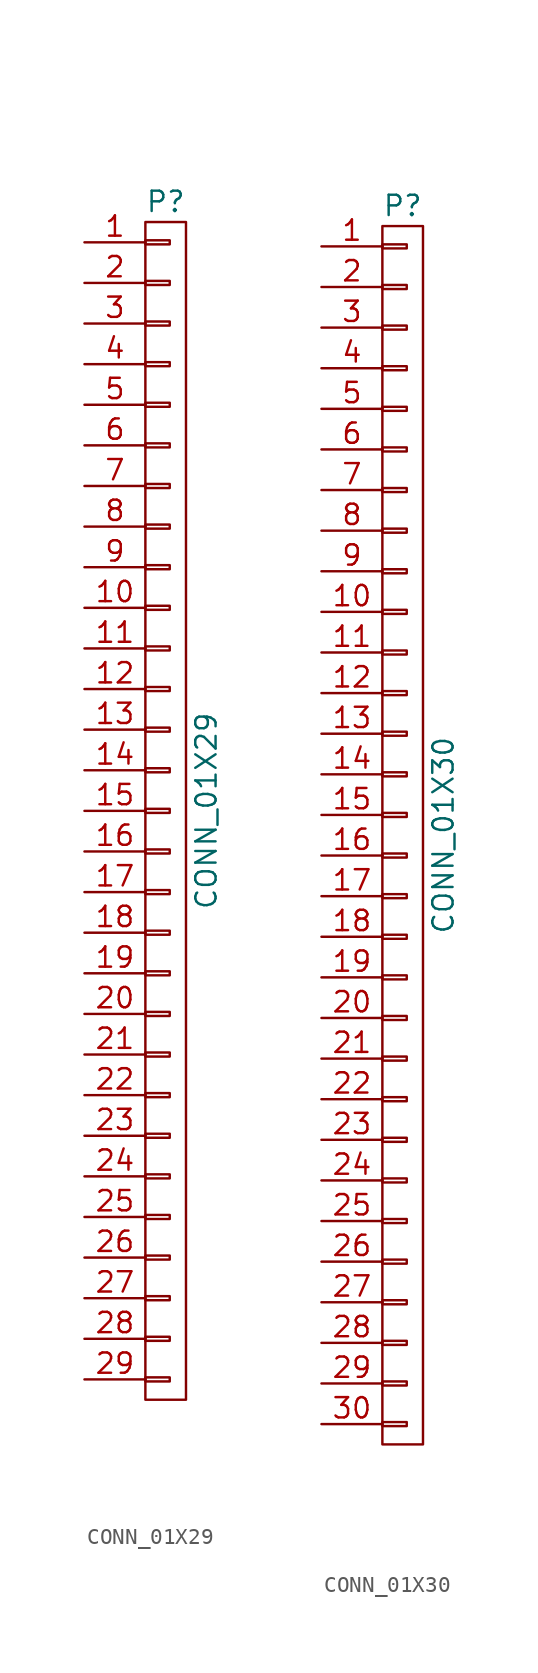
<source format=kicad_sym>
(kicad_symbol_lib
  (version 20211014)
  (generator kicad_symbol_editor)
  (symbol "CONN_01X29"
    (pin_names
      (offset 1.016) hide)
    (property "Reference" "P"
      (at 0 38.1 0)
      (effects (font (size 1.27 1.27))))
    (property "Value" "CONN_01X29"
      (at 2.54 0 90)
      (effects (font (size 1.27 1.27))))
    (property "Footprint" ""
      (at 0 0 0)
      (effects (font (size 1.27 1.27))))
    (property "Datasheet" ""
      (at 0 0 0)
      (effects (font (size 1.27 1.27))))
    (symbol "CONN_01X29_0_1"
      (rectangle (start -1.27 -36.83) (end 1.27 36.83) (stroke (width 0) (type default) (color 0 0 0 0)) (fill (type none)))
      (rectangle (start -1.27 -35.433) (end 0.254 -35.687) (stroke (width 0) (type default) (color 0 0 0 0)) (fill (type none)))
      (rectangle (start -1.27 -32.893) (end 0.254 -33.147) (stroke (width 0) (type default) (color 0 0 0 0)) (fill (type none)))
      (rectangle (start -1.27 -30.353) (end 0.254 -30.607) (stroke (width 0) (type default) (color 0 0 0 0)) (fill (type none)))
      (rectangle (start -1.27 -27.813) (end 0.254 -28.067) (stroke (width 0) (type default) (color 0 0 0 0)) (fill (type none)))
      (rectangle (start -1.27 -25.273) (end 0.254 -25.527) (stroke (width 0) (type default) (color 0 0 0 0)) (fill (type none)))
      (rectangle (start -1.27 -22.733) (end 0.254 -22.987) (stroke (width 0) (type default) (color 0 0 0 0)) (fill (type none)))
      (rectangle (start -1.27 -20.193) (end 0.254 -20.447) (stroke (width 0) (type default) (color 0 0 0 0)) (fill (type none)))
      (rectangle (start -1.27 -17.653) (end 0.254 -17.907) (stroke (width 0) (type default) (color 0 0 0 0)) (fill (type none)))
      (rectangle (start -1.27 -15.113) (end 0.254 -15.367) (stroke (width 0) (type default) (color 0 0 0 0)) (fill (type none)))
      (rectangle (start -1.27 -12.573) (end 0.254 -12.827) (stroke (width 0) (type default) (color 0 0 0 0)) (fill (type none)))
      (rectangle (start -1.27 -10.033) (end 0.254 -10.287) (stroke (width 0) (type default) (color 0 0 0 0)) (fill (type none)))
      (rectangle (start -1.27 -7.493) (end 0.254 -7.747) (stroke (width 0) (type default) (color 0 0 0 0)) (fill (type none)))
      (rectangle (start -1.27 -4.953) (end 0.254 -5.207) (stroke (width 0) (type default) (color 0 0 0 0)) (fill (type none)))
      (rectangle (start -1.27 -2.413) (end 0.254 -2.667) (stroke (width 0) (type default) (color 0 0 0 0)) (fill (type none)))
      (rectangle (start -1.27 0.127) (end 0.254 -0.127) (stroke (width 0) (type default) (color 0 0 0 0)) (fill (type none)))
      (rectangle (start -1.27 2.667) (end 0.254 2.413) (stroke (width 0) (type default) (color 0 0 0 0)) (fill (type none)))
      (rectangle (start -1.27 5.207) (end 0.254 4.953) (stroke (width 0) (type default) (color 0 0 0 0)) (fill (type none)))
      (rectangle (start -1.27 7.747) (end 0.254 7.493) (stroke (width 0) (type default) (color 0 0 0 0)) (fill (type none)))
      (rectangle (start -1.27 10.287) (end 0.254 10.033) (stroke (width 0) (type default) (color 0 0 0 0)) (fill (type none)))
      (rectangle (start -1.27 12.827) (end 0.254 12.573) (stroke (width 0) (type default) (color 0 0 0 0)) (fill (type none)))
      (rectangle (start -1.27 15.367) (end 0.254 15.113) (stroke (width 0) (type default) (color 0 0 0 0)) (fill (type none)))
      (rectangle (start -1.27 17.907) (end 0.254 17.653) (stroke (width 0) (type default) (color 0 0 0 0)) (fill (type none)))
      (rectangle (start -1.27 20.447) (end 0.254 20.193) (stroke (width 0) (type default) (color 0 0 0 0)) (fill (type none)))
      (rectangle (start -1.27 22.987) (end 0.254 22.733) (stroke (width 0) (type default) (color 0 0 0 0)) (fill (type none)))
      (rectangle (start -1.27 25.527) (end 0.254 25.273) (stroke (width 0) (type default) (color 0 0 0 0)) (fill (type none)))
      (rectangle (start -1.27 28.067) (end 0.254 27.813) (stroke (width 0) (type default) (color 0 0 0 0)) (fill (type none)))
      (rectangle (start -1.27 30.607) (end 0.254 30.353) (stroke (width 0) (type default) (color 0 0 0 0)) (fill (type none)))
      (rectangle (start -1.27 33.147) (end 0.254 32.893) (stroke (width 0) (type default) (color 0 0 0 0)) (fill (type none)))
      (rectangle (start -1.27 35.687) (end 0.254 35.433) (stroke (width 0) (type default) (color 0 0 0 0)) (fill (type none))))
    (symbol "CONN_01X29_1_1"
      (pin passive line (at -5.08 35.56 0) (length 3.81) (name "P1" (effects (font (size 1.27 1.27)))) (number "1" (effects (font (size 1.27 1.27)))))
      (pin passive line (at -5.08 12.7 0) (length 3.81) (name "P10" (effects (font (size 1.27 1.27)))) (number "10" (effects (font (size 1.27 1.27)))))
      (pin passive line (at -5.08 10.16 0) (length 3.81) (name "P11" (effects (font (size 1.27 1.27)))) (number "11" (effects (font (size 1.27 1.27)))))
      (pin passive line (at -5.08 7.62 0) (length 3.81) (name "P12" (effects (font (size 1.27 1.27)))) (number "12" (effects (font (size 1.27 1.27)))))
      (pin passive line (at -5.08 5.08 0) (length 3.81) (name "P13" (effects (font (size 1.27 1.27)))) (number "13" (effects (font (size 1.27 1.27)))))
      (pin passive line (at -5.08 2.54 0) (length 3.81) (name "P14" (effects (font (size 1.27 1.27)))) (number "14" (effects (font (size 1.27 1.27)))))
      (pin passive line (at -5.08 0 0) (length 3.81) (name "P15" (effects (font (size 1.27 1.27)))) (number "15" (effects (font (size 1.27 1.27)))))
      (pin passive line (at -5.08 -2.54 0) (length 3.81) (name "P16" (effects (font (size 1.27 1.27)))) (number "16" (effects (font (size 1.27 1.27)))))
      (pin passive line (at -5.08 -5.08 0) (length 3.81) (name "P17" (effects (font (size 1.27 1.27)))) (number "17" (effects (font (size 1.27 1.27)))))
      (pin passive line (at -5.08 -7.62 0) (length 3.81) (name "P18" (effects (font (size 1.27 1.27)))) (number "18" (effects (font (size 1.27 1.27)))))
      (pin passive line (at -5.08 -10.16 0) (length 3.81) (name "P19" (effects (font (size 1.27 1.27)))) (number "19" (effects (font (size 1.27 1.27)))))
      (pin passive line (at -5.08 33.02 0) (length 3.81) (name "P2" (effects (font (size 1.27 1.27)))) (number "2" (effects (font (size 1.27 1.27)))))
      (pin passive line (at -5.08 -12.7 0) (length 3.81) (name "P20" (effects (font (size 1.27 1.27)))) (number "20" (effects (font (size 1.27 1.27)))))
      (pin passive line (at -5.08 -15.24 0) (length 3.81) (name "P21" (effects (font (size 1.27 1.27)))) (number "21" (effects (font (size 1.27 1.27)))))
      (pin passive line (at -5.08 -17.78 0) (length 3.81) (name "P22" (effects (font (size 1.27 1.27)))) (number "22" (effects (font (size 1.27 1.27)))))
      (pin passive line (at -5.08 -20.32 0) (length 3.81) (name "P23" (effects (font (size 1.27 1.27)))) (number "23" (effects (font (size 1.27 1.27)))))
      (pin passive line (at -5.08 -22.86 0) (length 3.81) (name "P24" (effects (font (size 1.27 1.27)))) (number "24" (effects (font (size 1.27 1.27)))))
      (pin passive line (at -5.08 -25.4 0) (length 3.81) (name "P25" (effects (font (size 1.27 1.27)))) (number "25" (effects (font (size 1.27 1.27)))))
      (pin passive line (at -5.08 -27.94 0) (length 3.81) (name "P26" (effects (font (size 1.27 1.27)))) (number "26" (effects (font (size 1.27 1.27)))))
      (pin passive line (at -5.08 -30.48 0) (length 3.81) (name "P27" (effects (font (size 1.27 1.27)))) (number "27" (effects (font (size 1.27 1.27)))))
      (pin passive line (at -5.08 -33.02 0) (length 3.81) (name "P28" (effects (font (size 1.27 1.27)))) (number "28" (effects (font (size 1.27 1.27)))))
      (pin passive line (at -5.08 -35.56 0) (length 3.81) (name "P29" (effects (font (size 1.27 1.27)))) (number "29" (effects (font (size 1.27 1.27)))))
      (pin passive line (at -5.08 30.48 0) (length 3.81) (name "P3" (effects (font (size 1.27 1.27)))) (number "3" (effects (font (size 1.27 1.27)))))
      (pin passive line (at -5.08 27.94 0) (length 3.81) (name "P4" (effects (font (size 1.27 1.27)))) (number "4" (effects (font (size 1.27 1.27)))))
      (pin passive line (at -5.08 25.4 0) (length 3.81) (name "P5" (effects (font (size 1.27 1.27)))) (number "5" (effects (font (size 1.27 1.27)))))
      (pin passive line (at -5.08 22.86 0) (length 3.81) (name "P6" (effects (font (size 1.27 1.27)))) (number "6" (effects (font (size 1.27 1.27)))))
      (pin passive line (at -5.08 20.32 0) (length 3.81) (name "P7" (effects (font (size 1.27 1.27)))) (number "7" (effects (font (size 1.27 1.27)))))
      (pin passive line (at -5.08 17.78 0) (length 3.81) (name "P8" (effects (font (size 1.27 1.27)))) (number "8" (effects (font (size 1.27 1.27)))))
      (pin passive line (at -5.08 15.24 0) (length 3.81) (name "P9" (effects (font (size 1.27 1.27)))) (number "9" (effects (font (size 1.27 1.27)))))))
  (symbol "CONN_01X30"
    (pin_names
      (offset 1.016) hide)
    (property "Reference" "P"
      (at 0 39.37 0)
      (effects (font (size 1.27 1.27))))
    (property "Value" "CONN_01X30"
      (at 2.54 0 90)
      (effects (font (size 1.27 1.27))))
    (property "Footprint" ""
      (at 0 0 0)
      (effects (font (size 1.27 1.27))))
    (property "Datasheet" ""
      (at 0 0 0)
      (effects (font (size 1.27 1.27))))
    (symbol "CONN_01X30_0_1"
      (rectangle (start -1.27 -38.1) (end 1.27 38.1) (stroke (width 0) (type default) (color 0 0 0 0)) (fill (type none)))
      (rectangle (start -1.27 -36.703) (end 0.254 -36.957) (stroke (width 0) (type default) (color 0 0 0 0)) (fill (type none)))
      (rectangle (start -1.27 -34.163) (end 0.254 -34.417) (stroke (width 0) (type default) (color 0 0 0 0)) (fill (type none)))
      (rectangle (start -1.27 -31.623) (end 0.254 -31.877) (stroke (width 0) (type default) (color 0 0 0 0)) (fill (type none)))
      (rectangle (start -1.27 -29.083) (end 0.254 -29.337) (stroke (width 0) (type default) (color 0 0 0 0)) (fill (type none)))
      (rectangle (start -1.27 -26.543) (end 0.254 -26.797) (stroke (width 0) (type default) (color 0 0 0 0)) (fill (type none)))
      (rectangle (start -1.27 -24.003) (end 0.254 -24.257) (stroke (width 0) (type default) (color 0 0 0 0)) (fill (type none)))
      (rectangle (start -1.27 -21.463) (end 0.254 -21.717) (stroke (width 0) (type default) (color 0 0 0 0)) (fill (type none)))
      (rectangle (start -1.27 -18.923) (end 0.254 -19.177) (stroke (width 0) (type default) (color 0 0 0 0)) (fill (type none)))
      (rectangle (start -1.27 -16.383) (end 0.254 -16.637) (stroke (width 0) (type default) (color 0 0 0 0)) (fill (type none)))
      (rectangle (start -1.27 -13.843) (end 0.254 -14.097) (stroke (width 0) (type default) (color 0 0 0 0)) (fill (type none)))
      (rectangle (start -1.27 -11.303) (end 0.254 -11.557) (stroke (width 0) (type default) (color 0 0 0 0)) (fill (type none)))
      (rectangle (start -1.27 -8.763) (end 0.254 -9.017) (stroke (width 0) (type default) (color 0 0 0 0)) (fill (type none)))
      (rectangle (start -1.27 -6.223) (end 0.254 -6.477) (stroke (width 0) (type default) (color 0 0 0 0)) (fill (type none)))
      (rectangle (start -1.27 -3.683) (end 0.254 -3.937) (stroke (width 0) (type default) (color 0 0 0 0)) (fill (type none)))
      (rectangle (start -1.27 -1.143) (end 0.254 -1.397) (stroke (width 0) (type default) (color 0 0 0 0)) (fill (type none)))
      (rectangle (start -1.27 1.397) (end 0.254 1.143) (stroke (width 0) (type default) (color 0 0 0 0)) (fill (type none)))
      (rectangle (start -1.27 3.937) (end 0.254 3.683) (stroke (width 0) (type default) (color 0 0 0 0)) (fill (type none)))
      (rectangle (start -1.27 6.477) (end 0.254 6.223) (stroke (width 0) (type default) (color 0 0 0 0)) (fill (type none)))
      (rectangle (start -1.27 9.017) (end 0.254 8.763) (stroke (width 0) (type default) (color 0 0 0 0)) (fill (type none)))
      (rectangle (start -1.27 11.557) (end 0.254 11.303) (stroke (width 0) (type default) (color 0 0 0 0)) (fill (type none)))
      (rectangle (start -1.27 14.097) (end 0.254 13.843) (stroke (width 0) (type default) (color 0 0 0 0)) (fill (type none)))
      (rectangle (start -1.27 16.637) (end 0.254 16.383) (stroke (width 0) (type default) (color 0 0 0 0)) (fill (type none)))
      (rectangle (start -1.27 19.177) (end 0.254 18.923) (stroke (width 0) (type default) (color 0 0 0 0)) (fill (type none)))
      (rectangle (start -1.27 21.717) (end 0.254 21.463) (stroke (width 0) (type default) (color 0 0 0 0)) (fill (type none)))
      (rectangle (start -1.27 24.257) (end 0.254 24.003) (stroke (width 0) (type default) (color 0 0 0 0)) (fill (type none)))
      (rectangle (start -1.27 26.797) (end 0.254 26.543) (stroke (width 0) (type default) (color 0 0 0 0)) (fill (type none)))
      (rectangle (start -1.27 29.337) (end 0.254 29.083) (stroke (width 0) (type default) (color 0 0 0 0)) (fill (type none)))
      (rectangle (start -1.27 31.877) (end 0.254 31.623) (stroke (width 0) (type default) (color 0 0 0 0)) (fill (type none)))
      (rectangle (start -1.27 34.417) (end 0.254 34.163) (stroke (width 0) (type default) (color 0 0 0 0)) (fill (type none)))
      (rectangle (start -1.27 36.957) (end 0.254 36.703) (stroke (width 0) (type default) (color 0 0 0 0)) (fill (type none))))
    (symbol "CONN_01X30_1_1"
      (pin passive line (at -5.08 36.83 0) (length 3.81) (name "P1" (effects (font (size 1.27 1.27)))) (number "1" (effects (font (size 1.27 1.27)))))
      (pin passive line (at -5.08 13.97 0) (length 3.81) (name "P10" (effects (font (size 1.27 1.27)))) (number "10" (effects (font (size 1.27 1.27)))))
      (pin passive line (at -5.08 11.43 0) (length 3.81) (name "P11" (effects (font (size 1.27 1.27)))) (number "11" (effects (font (size 1.27 1.27)))))
      (pin passive line (at -5.08 8.89 0) (length 3.81) (name "P12" (effects (font (size 1.27 1.27)))) (number "12" (effects (font (size 1.27 1.27)))))
      (pin passive line (at -5.08 6.35 0) (length 3.81) (name "P13" (effects (font (size 1.27 1.27)))) (number "13" (effects (font (size 1.27 1.27)))))
      (pin passive line (at -5.08 3.81 0) (length 3.81) (name "P14" (effects (font (size 1.27 1.27)))) (number "14" (effects (font (size 1.27 1.27)))))
      (pin passive line (at -5.08 1.27 0) (length 3.81) (name "P15" (effects (font (size 1.27 1.27)))) (number "15" (effects (font (size 1.27 1.27)))))
      (pin passive line (at -5.08 -1.27 0) (length 3.81) (name "P16" (effects (font (size 1.27 1.27)))) (number "16" (effects (font (size 1.27 1.27)))))
      (pin passive line (at -5.08 -3.81 0) (length 3.81) (name "P17" (effects (font (size 1.27 1.27)))) (number "17" (effects (font (size 1.27 1.27)))))
      (pin passive line (at -5.08 -6.35 0) (length 3.81) (name "P18" (effects (font (size 1.27 1.27)))) (number "18" (effects (font (size 1.27 1.27)))))
      (pin passive line (at -5.08 -8.89 0) (length 3.81) (name "P19" (effects (font (size 1.27 1.27)))) (number "19" (effects (font (size 1.27 1.27)))))
      (pin passive line (at -5.08 34.29 0) (length 3.81) (name "P2" (effects (font (size 1.27 1.27)))) (number "2" (effects (font (size 1.27 1.27)))))
      (pin passive line (at -5.08 -11.43 0) (length 3.81) (name "P20" (effects (font (size 1.27 1.27)))) (number "20" (effects (font (size 1.27 1.27)))))
      (pin passive line (at -5.08 -13.97 0) (length 3.81) (name "P21" (effects (font (size 1.27 1.27)))) (number "21" (effects (font (size 1.27 1.27)))))
      (pin passive line (at -5.08 -16.51 0) (length 3.81) (name "P22" (effects (font (size 1.27 1.27)))) (number "22" (effects (font (size 1.27 1.27)))))
      (pin passive line (at -5.08 -19.05 0) (length 3.81) (name "P23" (effects (font (size 1.27 1.27)))) (number "23" (effects (font (size 1.27 1.27)))))
      (pin passive line (at -5.08 -21.59 0) (length 3.81) (name "P24" (effects (font (size 1.27 1.27)))) (number "24" (effects (font (size 1.27 1.27)))))
      (pin passive line (at -5.08 -24.13 0) (length 3.81) (name "P25" (effects (font (size 1.27 1.27)))) (number "25" (effects (font (size 1.27 1.27)))))
      (pin passive line (at -5.08 -26.67 0) (length 3.81) (name "P26" (effects (font (size 1.27 1.27)))) (number "26" (effects (font (size 1.27 1.27)))))
      (pin passive line (at -5.08 -29.21 0) (length 3.81) (name "P27" (effects (font (size 1.27 1.27)))) (number "27" (effects (font (size 1.27 1.27)))))
      (pin passive line (at -5.08 -31.75 0) (length 3.81) (name "P28" (effects (font (size 1.27 1.27)))) (number "28" (effects (font (size 1.27 1.27)))))
      (pin passive line (at -5.08 -34.29 0) (length 3.81) (name "P29" (effects (font (size 1.27 1.27)))) (number "29" (effects (font (size 1.27 1.27)))))
      (pin passive line (at -5.08 31.75 0) (length 3.81) (name "P3" (effects (font (size 1.27 1.27)))) (number "3" (effects (font (size 1.27 1.27)))))
      (pin passive line (at -5.08 -36.83 0) (length 3.81) (name "P30" (effects (font (size 1.27 1.27)))) (number "30" (effects (font (size 1.27 1.27)))))
      (pin passive line (at -5.08 29.21 0) (length 3.81) (name "P4" (effects (font (size 1.27 1.27)))) (number "4" (effects (font (size 1.27 1.27)))))
      (pin passive line (at -5.08 26.67 0) (length 3.81) (name "P5" (effects (font (size 1.27 1.27)))) (number "5" (effects (font (size 1.27 1.27)))))
      (pin passive line (at -5.08 24.13 0) (length 3.81) (name "P6" (effects (font (size 1.27 1.27)))) (number "6" (effects (font (size 1.27 1.27)))))
      (pin passive line (at -5.08 21.59 0) (length 3.81) (name "P7" (effects (font (size 1.27 1.27)))) (number "7" (effects (font (size 1.27 1.27)))))
      (pin passive line (at -5.08 19.05 0) (length 3.81) (name "P8" (effects (font (size 1.27 1.27)))) (number "8" (effects (font (size 1.27 1.27)))))
      (pin passive line (at -5.08 16.51 0) (length 3.81) (name "P9" (effects (font (size 1.27 1.27)))) (number "9" (effects (font (size 1.27 1.27))))))))
</source>
